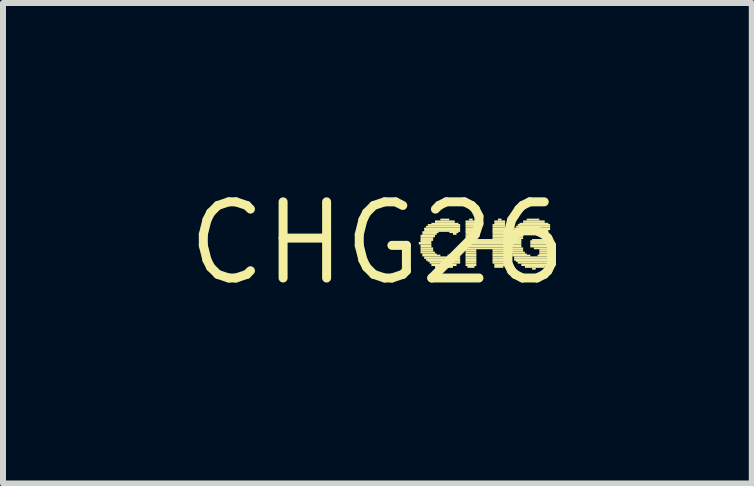
<source format=kicad_pcb>
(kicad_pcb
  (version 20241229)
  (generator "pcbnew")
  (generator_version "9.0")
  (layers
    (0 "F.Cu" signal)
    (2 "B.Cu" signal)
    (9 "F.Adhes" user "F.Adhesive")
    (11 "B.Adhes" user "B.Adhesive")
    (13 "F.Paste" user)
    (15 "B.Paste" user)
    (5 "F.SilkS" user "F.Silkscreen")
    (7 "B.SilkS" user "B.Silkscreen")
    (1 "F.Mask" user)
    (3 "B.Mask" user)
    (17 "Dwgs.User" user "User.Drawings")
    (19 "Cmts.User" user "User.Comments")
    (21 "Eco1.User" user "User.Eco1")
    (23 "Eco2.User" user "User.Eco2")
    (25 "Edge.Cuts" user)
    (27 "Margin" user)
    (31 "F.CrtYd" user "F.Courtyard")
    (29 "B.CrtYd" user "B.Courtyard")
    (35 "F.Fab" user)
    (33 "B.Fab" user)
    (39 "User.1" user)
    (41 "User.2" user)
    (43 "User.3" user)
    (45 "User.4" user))
  (footprint "CHG26"
    (layer "F.Cu")
    (at 3.243 1.006)
    (property "Reference" "CHG26" (at 0 0 0) (layer "F.SilkS") (effects (font (size 1.27 1.27) (thickness 0.15))))
    (fp_poly (pts (xy 0.69 0.02) (xy 0.9 0.02) (xy 0.9 -0.02) (xy 0.69 -0.02)) (stroke (width 0) (type solid)) (fill yes) (layer "F.SilkS"))
    (fp_poly (pts (xy 0.72 -0.1) (xy 0.96 -0.1) (xy 0.96 -0.14) (xy 0.72 -0.14)) (stroke (width 0) (type solid)) (fill yes) (layer "F.SilkS"))
    (fp_poly (pts (xy 0.72 -0.07) (xy 0.93 -0.07) (xy 0.93 -0.1) (xy 0.72 -0.1)) (stroke (width 0) (type solid)) (fill yes) (layer "F.SilkS"))
    (fp_poly (pts (xy 0.72 -0.04) (xy 0.93 -0.04) (xy 0.93 -0.07) (xy 0.72 -0.07)) (stroke (width 0) (type solid)) (fill yes) (layer "F.SilkS"))
    (fp_poly (pts (xy 0.72 -0.02) (xy 0.9 -0.02) (xy 0.9 -0.05) (xy 0.72 -0.05)) (stroke (width 0) (type solid)) (fill yes) (layer "F.SilkS"))
    (fp_poly (pts (xy 0.72 0.05) (xy 0.9 0.05) (xy 0.9 0.02) (xy 0.72 0.02)) (stroke (width 0) (type solid)) (fill yes) (layer "F.SilkS"))
    (fp_poly (pts (xy 0.72 0.07) (xy 0.9 0.07) (xy 0.9 0.04) (xy 0.72 0.04)) (stroke (width 0) (type solid)) (fill yes) (layer "F.SilkS"))
    (fp_poly (pts (xy 0.72 0.1) (xy 0.93 0.1) (xy 0.93 0.07) (xy 0.72 0.07)) (stroke (width 0) (type solid)) (fill yes) (layer "F.SilkS"))
    (fp_poly (pts (xy 0.72 0.14) (xy 0.93 0.14) (xy 0.93 0.1) (xy 0.72 0.1)) (stroke (width 0) (type solid)) (fill yes) (layer "F.SilkS"))
    (fp_poly (pts (xy 0.72 0.17) (xy 0.96 0.17) (xy 0.96 0.14) (xy 0.72 0.14)) (stroke (width 0) (type solid)) (fill yes) (layer "F.SilkS"))
    (fp_poly (pts (xy 0.75 -0.17) (xy 1.02 -0.17) (xy 1.02 -0.2) (xy 0.75 -0.2)) (stroke (width 0) (type solid)) (fill yes) (layer "F.SilkS"))
    (fp_poly (pts (xy 0.75 -0.14) (xy 0.99 -0.14) (xy 0.99 -0.17) (xy 0.75 -0.17)) (stroke (width 0) (type solid)) (fill yes) (layer "F.SilkS"))
    (fp_poly (pts (xy 0.75 0.2) (xy 0.99 0.2) (xy 0.99 0.17) (xy 0.75 0.17)) (stroke (width 0) (type solid)) (fill yes) (layer "F.SilkS"))
    (fp_poly (pts (xy 0.75 0.22) (xy 1.05 0.22) (xy 1.05 0.19) (xy 0.75 0.19)) (stroke (width 0) (type solid)) (fill yes) (layer "F.SilkS"))
    (fp_poly (pts (xy 0.78 -0.22) (xy 1.38 -0.22) (xy 1.38 -0.26) (xy 0.78 -0.26)) (stroke (width 0) (type solid)) (fill yes) (layer "F.SilkS"))
    (fp_poly (pts (xy 0.78 -0.19) (xy 1.38 -0.19) (xy 1.38 -0.22) (xy 0.78 -0.22)) (stroke (width 0) (type solid)) (fill yes) (layer "F.SilkS"))
    (fp_poly (pts (xy 0.78 0.26) (xy 1.38 0.26) (xy 1.38 0.22) (xy 0.78 0.22)) (stroke (width 0) (type solid)) (fill yes) (layer "F.SilkS"))
    (fp_poly (pts (xy 0.81 -0.26) (xy 1.38 -0.26) (xy 1.38 -0.29) (xy 0.81 -0.29)) (stroke (width 0) (type solid)) (fill yes) (layer "F.SilkS"))
    (fp_poly (pts (xy 0.81 0.29) (xy 1.38 0.29) (xy 1.38 0.26) (xy 0.81 0.26)) (stroke (width 0) (type solid)) (fill yes) (layer "F.SilkS"))
    (fp_poly (pts (xy 0.84 -0.29) (xy 1.38 -0.29) (xy 1.38 -0.32) (xy 0.84 -0.32)) (stroke (width 0) (type solid)) (fill yes) (layer "F.SilkS"))
    (fp_poly (pts (xy 0.84 0.31) (xy 1.38 0.31) (xy 1.38 0.28) (xy 0.84 0.28)) (stroke (width 0) (type solid)) (fill yes) (layer "F.SilkS"))
    (fp_poly (pts (xy 0.87 0.34) (xy 1.38 0.34) (xy 1.38 0.31) (xy 0.87 0.31)) (stroke (width 0) (type solid)) (fill yes) (layer "F.SilkS"))
    (fp_poly (pts (xy 0.9 -0.31) (xy 1.35 -0.31) (xy 1.35 -0.34) (xy 0.9 -0.34)) (stroke (width 0) (type solid)) (fill yes) (layer "F.SilkS"))
    (fp_poly (pts (xy 0.9 0.38) (xy 1.32 0.38) (xy 1.32 0.34) (xy 0.9 0.34)) (stroke (width 0) (type solid)) (fill yes) (layer "F.SilkS"))
    (fp_poly (pts (xy 0.96 -0.34) (xy 1.29 -0.34) (xy 1.29 -0.38) (xy 0.96 -0.38)) (stroke (width 0) (type solid)) (fill yes) (layer "F.SilkS"))
    (fp_poly (pts (xy 0.96 0.41) (xy 1.26 0.41) (xy 1.26 0.38) (xy 0.96 0.38)) (stroke (width 0) (type solid)) (fill yes) (layer "F.SilkS"))
    (fp_poly (pts (xy 1.05 -0.38) (xy 1.2 -0.38) (xy 1.2 -0.41) (xy 1.05 -0.41)) (stroke (width 0) (type solid)) (fill yes) (layer "F.SilkS"))
    (fp_poly (pts (xy 1.11 0.44) (xy 1.14 0.44) (xy 1.14 0.41) (xy 1.11 0.41)) (stroke (width 0) (type solid)) (fill yes) (layer "F.SilkS"))
    (fp_poly (pts (xy 1.17 0.22) (xy 1.35 0.22) (xy 1.35 0.19) (xy 1.17 0.19)) (stroke (width 0) (type solid)) (fill yes) (layer "F.SilkS"))
    (fp_poly (pts (xy 1.2 -0.17) (xy 1.35 -0.17) (xy 1.35 -0.2) (xy 1.2 -0.2)) (stroke (width 0) (type solid)) (fill yes) (layer "F.SilkS"))
    (fp_poly (pts (xy 1.23 0.2) (xy 1.35 0.2) (xy 1.35 0.17) (xy 1.23 0.17)) (stroke (width 0) (type solid)) (fill yes) (layer "F.SilkS"))
    (fp_poly (pts (xy 1.26 -0.14) (xy 1.32 -0.14) (xy 1.32 -0.17) (xy 1.26 -0.17)) (stroke (width 0) (type solid)) (fill yes) (layer "F.SilkS"))
    (fp_poly (pts (xy 1.47 -0.34) (xy 1.65 -0.34) (xy 1.65 -0.38) (xy 1.47 -0.38)) (stroke (width 0) (type solid)) (fill yes) (layer "F.SilkS"))
    (fp_poly (pts (xy 1.47 -0.31) (xy 1.65 -0.31) (xy 1.65 -0.34) (xy 1.47 -0.34)) (stroke (width 0) (type solid)) (fill yes) (layer "F.SilkS"))
    (fp_poly (pts (xy 1.47 -0.29) (xy 1.65 -0.29) (xy 1.65 -0.32) (xy 1.47 -0.32)) (stroke (width 0) (type solid)) (fill yes) (layer "F.SilkS"))
    (fp_poly (pts (xy 1.47 -0.26) (xy 1.65 -0.26) (xy 1.65 -0.29) (xy 1.47 -0.29)) (stroke (width 0) (type solid)) (fill yes) (layer "F.SilkS"))
    (fp_poly (pts (xy 1.47 -0.22) (xy 1.65 -0.22) (xy 1.65 -0.26) (xy 1.47 -0.26)) (stroke (width 0) (type solid)) (fill yes) (layer "F.SilkS"))
    (fp_poly (pts (xy 1.47 -0.19) (xy 1.65 -0.19) (xy 1.65 -0.22) (xy 1.47 -0.22)) (stroke (width 0) (type solid)) (fill yes) (layer "F.SilkS"))
    (fp_poly (pts (xy 1.47 -0.17) (xy 1.65 -0.17) (xy 1.65 -0.2) (xy 1.47 -0.2)) (stroke (width 0) (type solid)) (fill yes) (layer "F.SilkS"))
    (fp_poly (pts (xy 1.47 -0.14) (xy 1.65 -0.14) (xy 1.65 -0.17) (xy 1.47 -0.17)) (stroke (width 0) (type solid)) (fill yes) (layer "F.SilkS"))
    (fp_poly (pts (xy 1.47 -0.1) (xy 1.65 -0.1) (xy 1.65 -0.14) (xy 1.47 -0.14)) (stroke (width 0) (type solid)) (fill yes) (layer "F.SilkS"))
    (fp_poly (pts (xy 1.47 -0.07) (xy 1.65 -0.07) (xy 1.65 -0.1) (xy 1.47 -0.1)) (stroke (width 0) (type solid)) (fill yes) (layer "F.SilkS"))
    (fp_poly (pts (xy 1.47 -0.04) (xy 2.13 -0.04) (xy 2.13 -0.07) (xy 1.47 -0.07)) (stroke (width 0) (type solid)) (fill yes) (layer "F.SilkS"))
    (fp_poly (pts (xy 1.47 -0.02) (xy 2.13 -0.02) (xy 2.13 -0.05) (xy 1.47 -0.05)) (stroke (width 0) (type solid)) (fill yes) (layer "F.SilkS"))
    (fp_poly (pts (xy 1.47 0.02) (xy 2.13 0.02) (xy 2.13 -0.02) (xy 1.47 -0.02)) (stroke (width 0) (type solid)) (fill yes) (layer "F.SilkS"))
    (fp_poly (pts (xy 1.47 0.05) (xy 2.13 0.05) (xy 2.13 0.02) (xy 1.47 0.02)) (stroke (width 0) (type solid)) (fill yes) (layer "F.SilkS"))
    (fp_poly (pts (xy 1.47 0.07) (xy 2.13 0.07) (xy 2.13 0.04) (xy 1.47 0.04)) (stroke (width 0) (type solid)) (fill yes) (layer "F.SilkS"))
    (fp_poly (pts (xy 1.47 0.1) (xy 2.13 0.1) (xy 2.13 0.07) (xy 1.47 0.07)) (stroke (width 0) (type solid)) (fill yes) (layer "F.SilkS"))
    (fp_poly (pts (xy 1.47 0.14) (xy 1.65 0.14) (xy 1.65 0.1) (xy 1.47 0.1)) (stroke (width 0) (type solid)) (fill yes) (layer "F.SilkS"))
    (fp_poly (pts (xy 1.47 0.17) (xy 1.65 0.17) (xy 1.65 0.14) (xy 1.47 0.14)) (stroke (width 0) (type solid)) (fill yes) (layer "F.SilkS"))
    (fp_poly (pts (xy 1.47 0.2) (xy 1.65 0.2) (xy 1.65 0.17) (xy 1.47 0.17)) (stroke (width 0) (type solid)) (fill yes) (layer "F.SilkS"))
    (fp_poly (pts (xy 1.47 0.22) (xy 1.65 0.22) (xy 1.65 0.19) (xy 1.47 0.19)) (stroke (width 0) (type solid)) (fill yes) (layer "F.SilkS"))
    (fp_poly (pts (xy 1.47 0.26) (xy 1.65 0.26) (xy 1.65 0.22) (xy 1.47 0.22)) (stroke (width 0) (type solid)) (fill yes) (layer "F.SilkS"))
    (fp_poly (pts (xy 1.47 0.29) (xy 1.65 0.29) (xy 1.65 0.26) (xy 1.47 0.26)) (stroke (width 0) (type solid)) (fill yes) (layer "F.SilkS"))
    (fp_poly (pts (xy 1.47 0.31) (xy 1.65 0.31) (xy 1.65 0.28) (xy 1.47 0.28)) (stroke (width 0) (type solid)) (fill yes) (layer "F.SilkS"))
    (fp_poly (pts (xy 1.47 0.34) (xy 1.65 0.34) (xy 1.65 0.31) (xy 1.47 0.31)) (stroke (width 0) (type solid)) (fill yes) (layer "F.SilkS"))
    (fp_poly (pts (xy 1.47 0.38) (xy 1.65 0.38) (xy 1.65 0.34) (xy 1.47 0.34)) (stroke (width 0) (type solid)) (fill yes) (layer "F.SilkS"))
    (fp_poly (pts (xy 1.5 0.41) (xy 1.62 0.41) (xy 1.62 0.38) (xy 1.5 0.38)) (stroke (width 0) (type solid)) (fill yes) (layer "F.SilkS"))
    (fp_poly (pts (xy 1.53 -0.38) (xy 1.59 -0.38) (xy 1.59 -0.41) (xy 1.53 -0.41)) (stroke (width 0) (type solid)) (fill yes) (layer "F.SilkS"))
    (fp_poly (pts (xy 1.92 -0.29) (xy 2.13 -0.29) (xy 2.13 -0.32) (xy 1.92 -0.32)) (stroke (width 0) (type solid)) (fill yes) (layer "F.SilkS"))
    (fp_poly (pts (xy 1.92 -0.26) (xy 2.13 -0.26) (xy 2.13 -0.29) (xy 1.92 -0.29)) (stroke (width 0) (type solid)) (fill yes) (layer "F.SilkS"))
    (fp_poly (pts (xy 1.92 -0.22) (xy 2.13 -0.22) (xy 2.13 -0.26) (xy 1.92 -0.26)) (stroke (width 0) (type solid)) (fill yes) (layer "F.SilkS"))
    (fp_poly (pts (xy 1.92 -0.19) (xy 2.13 -0.19) (xy 2.13 -0.22) (xy 1.92 -0.22)) (stroke (width 0) (type solid)) (fill yes) (layer "F.SilkS"))
    (fp_poly (pts (xy 1.92 -0.17) (xy 2.13 -0.17) (xy 2.13 -0.2) (xy 1.92 -0.2)) (stroke (width 0) (type solid)) (fill yes) (layer "F.SilkS"))
    (fp_poly (pts (xy 1.92 -0.14) (xy 2.13 -0.14) (xy 2.13 -0.17) (xy 1.92 -0.17)) (stroke (width 0) (type solid)) (fill yes) (layer "F.SilkS"))
    (fp_poly (pts (xy 1.92 -0.1) (xy 2.13 -0.1) (xy 2.13 -0.14) (xy 1.92 -0.14)) (stroke (width 0) (type solid)) (fill yes) (layer "F.SilkS"))
    (fp_poly (pts (xy 1.92 -0.07) (xy 2.13 -0.07) (xy 2.13 -0.1) (xy 1.92 -0.1)) (stroke (width 0) (type solid)) (fill yes) (layer "F.SilkS"))
    (fp_poly (pts (xy 1.92 0.14) (xy 2.13 0.14) (xy 2.13 0.1) (xy 1.92 0.1)) (stroke (width 0) (type solid)) (fill yes) (layer "F.SilkS"))
    (fp_poly (pts (xy 1.92 0.17) (xy 2.13 0.17) (xy 2.13 0.14) (xy 1.92 0.14)) (stroke (width 0) (type solid)) (fill yes) (layer "F.SilkS"))
    (fp_poly (pts (xy 1.92 0.2) (xy 2.13 0.2) (xy 2.13 0.17) (xy 1.92 0.17)) (stroke (width 0) (type solid)) (fill yes) (layer "F.SilkS"))
    (fp_poly (pts (xy 1.92 0.22) (xy 2.13 0.22) (xy 2.13 0.19) (xy 1.92 0.19)) (stroke (width 0) (type solid)) (fill yes) (layer "F.SilkS"))
    (fp_poly (pts (xy 1.92 0.26) (xy 2.13 0.26) (xy 2.13 0.22) (xy 1.92 0.22)) (stroke (width 0) (type solid)) (fill yes) (layer "F.SilkS"))
    (fp_poly (pts (xy 1.92 0.29) (xy 2.13 0.29) (xy 2.13 0.26) (xy 1.92 0.26)) (stroke (width 0) (type solid)) (fill yes) (layer "F.SilkS"))
    (fp_poly (pts (xy 1.92 0.31) (xy 2.13 0.31) (xy 2.13 0.28) (xy 1.92 0.28)) (stroke (width 0) (type solid)) (fill yes) (layer "F.SilkS"))
    (fp_poly (pts (xy 1.92 0.34) (xy 2.13 0.34) (xy 2.13 0.31) (xy 1.92 0.31)) (stroke (width 0) (type solid)) (fill yes) (layer "F.SilkS"))
    (fp_poly (pts (xy 1.95 -0.34) (xy 2.13 -0.34) (xy 2.13 -0.38) (xy 1.95 -0.38)) (stroke (width 0) (type solid)) (fill yes) (layer "F.SilkS"))
    (fp_poly (pts (xy 1.95 -0.31) (xy 2.13 -0.31) (xy 2.13 -0.34) (xy 1.95 -0.34)) (stroke (width 0) (type solid)) (fill yes) (layer "F.SilkS"))
    (fp_poly (pts (xy 1.95 0.38) (xy 2.13 0.38) (xy 2.13 0.34) (xy 1.95 0.34)) (stroke (width 0) (type solid)) (fill yes) (layer "F.SilkS"))
    (fp_poly (pts (xy 1.95 0.41) (xy 2.1 0.41) (xy 2.1 0.38) (xy 1.95 0.38)) (stroke (width 0) (type solid)) (fill yes) (layer "F.SilkS"))
    (fp_poly (pts (xy 2.01 -0.38) (xy 2.07 -0.38) (xy 2.07 -0.41) (xy 2.01 -0.41)) (stroke (width 0) (type solid)) (fill yes) (layer "F.SilkS"))
    (fp_poly (pts (xy 2.19 -0.04) (xy 2.4 -0.04) (xy 2.4 -0.07) (xy 2.19 -0.07)) (stroke (width 0) (type solid)) (fill yes) (layer "F.SilkS"))
    (fp_poly (pts (xy 2.19 -0.02) (xy 2.4 -0.02) (xy 2.4 -0.05) (xy 2.19 -0.05)) (stroke (width 0) (type solid)) (fill yes) (layer "F.SilkS"))
    (fp_poly (pts (xy 2.19 0.02) (xy 2.4 0.02) (xy 2.4 -0.02) (xy 2.19 -0.02)) (stroke (width 0) (type solid)) (fill yes) (layer "F.SilkS"))
    (fp_poly (pts (xy 2.19 0.05) (xy 2.4 0.05) (xy 2.4 0.02) (xy 2.19 0.02)) (stroke (width 0) (type solid)) (fill yes) (layer "F.SilkS"))
    (fp_poly (pts (xy 2.19 0.07) (xy 2.4 0.07) (xy 2.4 0.04) (xy 2.19 0.04)) (stroke (width 0) (type solid)) (fill yes) (layer "F.SilkS"))
    (fp_poly (pts (xy 2.22 -0.14) (xy 2.46 -0.14) (xy 2.46 -0.17) (xy 2.22 -0.17)) (stroke (width 0) (type solid)) (fill yes) (layer "F.SilkS"))
    (fp_poly (pts (xy 2.22 -0.1) (xy 2.43 -0.1) (xy 2.43 -0.14) (xy 2.22 -0.14)) (stroke (width 0) (type solid)) (fill yes) (layer "F.SilkS"))
    (fp_poly (pts (xy 2.22 -0.07) (xy 2.43 -0.07) (xy 2.43 -0.1) (xy 2.22 -0.1)) (stroke (width 0) (type solid)) (fill yes) (layer "F.SilkS"))
    (fp_poly (pts (xy 2.22 0.1) (xy 2.43 0.1) (xy 2.43 0.07) (xy 2.22 0.07)) (stroke (width 0) (type solid)) (fill yes) (layer "F.SilkS"))
    (fp_poly (pts (xy 2.22 0.14) (xy 2.43 0.14) (xy 2.43 0.1) (xy 2.22 0.1)) (stroke (width 0) (type solid)) (fill yes) (layer "F.SilkS"))
    (fp_poly (pts (xy 2.22 0.17) (xy 2.46 0.17) (xy 2.46 0.14) (xy 2.22 0.14)) (stroke (width 0) (type solid)) (fill yes) (layer "F.SilkS"))
    (fp_poly (pts (xy 2.25 -0.19) (xy 2.85 -0.19) (xy 2.85 -0.22) (xy 2.25 -0.22)) (stroke (width 0) (type solid)) (fill yes) (layer "F.SilkS"))
    (fp_poly (pts (xy 2.25 -0.17) (xy 2.49 -0.17) (xy 2.49 -0.2) (xy 2.25 -0.2)) (stroke (width 0) (type solid)) (fill yes) (layer "F.SilkS"))
    (fp_poly (pts (xy 2.25 0.2) (xy 2.49 0.2) (xy 2.49 0.17) (xy 2.25 0.17)) (stroke (width 0) (type solid)) (fill yes) (layer "F.SilkS"))
    (fp_poly (pts (xy 2.25 0.22) (xy 2.55 0.22) (xy 2.55 0.19) (xy 2.25 0.19)) (stroke (width 0) (type solid)) (fill yes) (layer "F.SilkS"))
    (fp_poly (pts (xy 2.28 -0.22) (xy 2.88 -0.22) (xy 2.88 -0.26) (xy 2.28 -0.26)) (stroke (width 0) (type solid)) (fill yes) (layer "F.SilkS"))
    (fp_poly (pts (xy 2.28 0.26) (xy 2.91 0.26) (xy 2.91 0.22) (xy 2.28 0.22)) (stroke (width 0) (type solid)) (fill yes) (layer "F.SilkS"))
    (fp_poly (pts (xy 2.28 0.29) (xy 2.91 0.29) (xy 2.91 0.26) (xy 2.28 0.26)) (stroke (width 0) (type solid)) (fill yes) (layer "F.SilkS"))
    (fp_poly (pts (xy 2.31 -0.26) (xy 2.88 -0.26) (xy 2.88 -0.29) (xy 2.31 -0.29)) (stroke (width 0) (type solid)) (fill yes) (layer "F.SilkS"))
    (fp_poly (pts (xy 2.31 0.31) (xy 2.91 0.31) (xy 2.91 0.28) (xy 2.31 0.28)) (stroke (width 0) (type solid)) (fill yes) (layer "F.SilkS"))
    (fp_poly (pts (xy 2.34 -0.29) (xy 2.88 -0.29) (xy 2.88 -0.32) (xy 2.34 -0.32)) (stroke (width 0) (type solid)) (fill yes) (layer "F.SilkS"))
    (fp_poly (pts (xy 2.34 0.34) (xy 2.88 0.34) (xy 2.88 0.31) (xy 2.34 0.31)) (stroke (width 0) (type solid)) (fill yes) (layer "F.SilkS"))
    (fp_poly (pts (xy 2.37 -0.31) (xy 2.85 -0.31) (xy 2.85 -0.34) (xy 2.37 -0.34)) (stroke (width 0) (type solid)) (fill yes) (layer "F.SilkS"))
    (fp_poly (pts (xy 2.4 0.38) (xy 2.82 0.38) (xy 2.82 0.34) (xy 2.4 0.34)) (stroke (width 0) (type solid)) (fill yes) (layer "F.SilkS"))
    (fp_poly (pts (xy 2.43 -0.34) (xy 2.79 -0.34) (xy 2.79 -0.38) (xy 2.43 -0.38)) (stroke (width 0) (type solid)) (fill yes) (layer "F.SilkS"))
    (fp_poly (pts (xy 2.46 0.41) (xy 2.79 0.41) (xy 2.79 0.38) (xy 2.46 0.38)) (stroke (width 0) (type solid)) (fill yes) (layer "F.SilkS"))
    (fp_poly (pts (xy 2.49 -0.38) (xy 2.7 -0.38) (xy 2.7 -0.41) (xy 2.49 -0.41)) (stroke (width 0) (type solid)) (fill yes) (layer "F.SilkS"))
    (fp_poly (pts (xy 2.55 -0.02) (xy 2.91 -0.02) (xy 2.91 -0.05) (xy 2.55 -0.05)) (stroke (width 0) (type solid)) (fill yes) (layer "F.SilkS"))
    (fp_poly (pts (xy 2.55 0.02) (xy 2.91 0.02) (xy 2.91 -0.02) (xy 2.55 -0.02)) (stroke (width 0) (type solid)) (fill yes) (layer "F.SilkS"))
    (fp_poly (pts (xy 2.55 0.05) (xy 2.91 0.05) (xy 2.91 0.02) (xy 2.55 0.02)) (stroke (width 0) (type solid)) (fill yes) (layer "F.SilkS"))
    (fp_poly (pts (xy 2.55 0.07) (xy 2.91 0.07) (xy 2.91 0.04) (xy 2.55 0.04)) (stroke (width 0) (type solid)) (fill yes) (layer "F.SilkS"))
    (fp_poly (pts (xy 2.58 -0.04) (xy 2.88 -0.04) (xy 2.88 -0.07) (xy 2.58 -0.07)) (stroke (width 0) (type solid)) (fill yes) (layer "F.SilkS"))
    (fp_poly (pts (xy 2.58 0.44) (xy 2.64 0.44) (xy 2.64 0.41) (xy 2.58 0.41)) (stroke (width 0) (type solid)) (fill yes) (layer "F.SilkS"))
    (fp_poly (pts (xy 2.61 0.1) (xy 2.91 0.1) (xy 2.91 0.07) (xy 2.61 0.07)) (stroke (width 0) (type solid)) (fill yes) (layer "F.SilkS"))
    (fp_poly (pts (xy 2.67 0.22) (xy 2.91 0.22) (xy 2.91 0.19) (xy 2.67 0.19)) (stroke (width 0) (type solid)) (fill yes) (layer "F.SilkS"))
    (fp_poly (pts (xy 2.7 -0.17) (xy 2.85 -0.17) (xy 2.85 -0.2) (xy 2.7 -0.2)) (stroke (width 0) (type solid)) (fill yes) (layer "F.SilkS"))
    (fp_poly (pts (xy 2.7 0.14) (xy 2.91 0.14) (xy 2.91 0.1) (xy 2.7 0.1)) (stroke (width 0) (type solid)) (fill yes) (layer "F.SilkS"))
    (fp_poly (pts (xy 2.7 0.17) (xy 2.91 0.17) (xy 2.91 0.14) (xy 2.7 0.14)) (stroke (width 0) (type solid)) (fill yes) (layer "F.SilkS"))
    (fp_poly (pts (xy 2.7 0.2) (xy 2.91 0.2) (xy 2.91 0.17) (xy 2.7 0.17)) (stroke (width 0) (type solid)) (fill yes) (layer "F.SilkS"))
    (fp_poly (pts (xy 2.76 -0.14) (xy 2.79 -0.14) (xy 2.79 -0.17) (xy 2.76 -0.17)) (stroke (width 0) (type solid)) (fill yes) (layer "F.SilkS")))
  (gr_rect
    (start -3 -3)
    (end 9.486 5.012)
    (stroke (width 0.1) (type default))
    (fill no)
    (layer "Edge.Cuts")))
</source>
